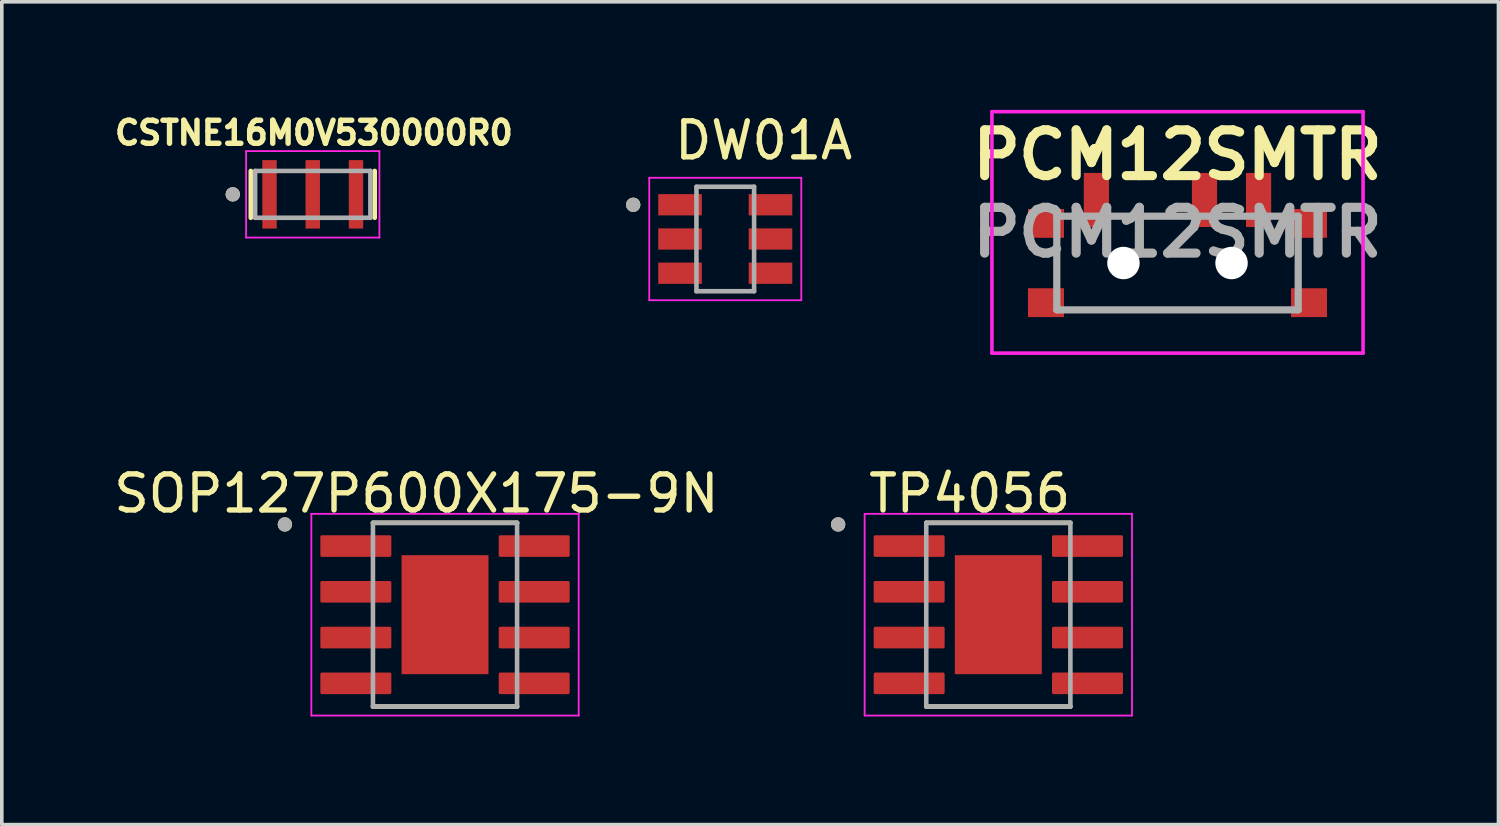
<source format=kicad_pcb>
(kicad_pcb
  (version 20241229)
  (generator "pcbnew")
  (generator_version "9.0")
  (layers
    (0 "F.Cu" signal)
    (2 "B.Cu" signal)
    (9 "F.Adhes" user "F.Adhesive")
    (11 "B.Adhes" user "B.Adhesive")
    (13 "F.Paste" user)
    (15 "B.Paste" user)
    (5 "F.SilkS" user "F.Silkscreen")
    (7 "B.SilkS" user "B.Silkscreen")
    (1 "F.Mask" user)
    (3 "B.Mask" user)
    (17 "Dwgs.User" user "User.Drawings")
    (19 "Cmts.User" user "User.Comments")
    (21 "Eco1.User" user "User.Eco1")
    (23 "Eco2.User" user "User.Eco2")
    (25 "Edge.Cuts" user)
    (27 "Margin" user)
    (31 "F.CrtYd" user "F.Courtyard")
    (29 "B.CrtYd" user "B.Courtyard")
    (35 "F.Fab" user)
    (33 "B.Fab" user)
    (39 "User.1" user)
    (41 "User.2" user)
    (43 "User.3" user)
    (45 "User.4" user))
  (footprint "DW01A"
    (layer "F.Cu")
    (at 17.079 3.583)
    (property "Reference" "DW01A" (at 1.065 -2.735 0) (layer "F.SilkS") (effects (font (size 1 1) (thickness 0.15))))
    (attr smd)
    (fp_circle (center -2.555 -0.95) (end -2.455 -0.95) (stroke (width 0.2) (type solid)) (fill no) (layer "F.SilkS"))
    (fp_line (start -2.11 -1.7) (end -2.11 1.7) (stroke (width 0.05) (type solid)) (layer "F.CrtYd"))
    (fp_line (start -2.11 1.7) (end 2.11 1.7) (stroke (width 0.05) (type solid)) (layer "F.CrtYd"))
    (fp_line (start 2.11 -1.7) (end -2.11 -1.7) (stroke (width 0.05) (type solid)) (layer "F.CrtYd"))
    (fp_line (start 2.11 1.7) (end 2.11 -1.7) (stroke (width 0.05) (type solid)) (layer "F.CrtYd"))
    (fp_line (start -0.8 -1.45) (end 0.8 -1.45) (stroke (width 0.127) (type solid)) (layer "F.Fab"))
    (fp_line (start -0.8 1.45) (end -0.8 -1.45) (stroke (width 0.127) (type solid)) (layer "F.Fab"))
    (fp_line (start 0.8 -1.45) (end 0.8 1.45) (stroke (width 0.127) (type solid)) (layer "F.Fab"))
    (fp_line (start 0.8 1.45) (end -0.8 1.45) (stroke (width 0.127) (type solid)) (layer "F.Fab"))
    (fp_circle (center -2.555 -0.95) (end -2.455 -0.95) (stroke (width 0.2) (type solid)) (fill no) (layer "F.Fab"))
    (pad "1" smd rect (at -1.255 -0.95) (size 1.21 0.59) (layers "F.Cu" "F.Mask" "F.Paste"))
    (pad "2" smd rect (at -1.255 0) (size 1.21 0.59) (layers "F.Cu" "F.Mask" "F.Paste"))
    (pad "3" smd rect (at -1.255 0.95) (size 1.21 0.59) (layers "F.Cu" "F.Mask" "F.Paste"))
    (pad "4" smd rect (at 1.255 0.95) (size 1.21 0.59) (layers "F.Cu" "F.Mask" "F.Paste"))
    (pad "5" smd rect (at 1.255 0) (size 1.21 0.59) (layers "F.Cu" "F.Mask" "F.Paste"))
    (pad "6" smd rect (at 1.255 -0.95) (size 1.21 0.59) (layers "F.Cu" "F.Mask" "F.Paste")))
  (footprint "TP4056"
    (layer "F.Cu")
    (at 24.657 14.01)
    (property "Reference" "TP4056" (at -0.795 -3.362 0) (layer "F.SilkS") (effects (font (size 1 1) (thickness 0.15))))
    (attr smd)
    (fp_line (start -2 -2.55) (end 2 -2.55) (stroke (width 0.127) (type solid)) (layer "F.SilkS"))
    (fp_line (start -2 2.55) (end 2 2.55) (stroke (width 0.127) (type solid)) (layer "F.SilkS"))
    (fp_circle (center -4.445 -2.505) (end -4.345 -2.505) (stroke (width 0.2) (type solid)) (fill no) (layer "F.SilkS"))
    (fp_poly (pts (xy -0.645 -0.82) (xy 0.645 -0.82) (xy 0.645 0.82) (xy -0.645 0.82)) (stroke (width 0.01) (type solid)) (fill yes) (layer "F.Paste"))
    (fp_line (start -3.71 -2.8) (end -3.71 2.8) (stroke (width 0.05) (type solid)) (layer "F.CrtYd"))
    (fp_line (start -3.71 -2.8) (end 3.71 -2.8) (stroke (width 0.05) (type solid)) (layer "F.CrtYd"))
    (fp_line (start -3.71 2.8) (end 3.71 2.8) (stroke (width 0.05) (type solid)) (layer "F.CrtYd"))
    (fp_line (start 3.71 -2.8) (end 3.71 2.8) (stroke (width 0.05) (type solid)) (layer "F.CrtYd"))
    (fp_line (start -2 -2.55) (end -2 2.55) (stroke (width 0.127) (type solid)) (layer "F.Fab"))
    (fp_line (start -2 -2.55) (end 2 -2.55) (stroke (width 0.127) (type solid)) (layer "F.Fab"))
    (fp_line (start -2 2.55) (end 2 2.55) (stroke (width 0.127) (type solid)) (layer "F.Fab"))
    (fp_line (start 2 -2.55) (end 2 2.55) (stroke (width 0.127) (type solid)) (layer "F.Fab"))
    (fp_circle (center -4.445 -2.505) (end -4.345 -2.505) (stroke (width 0.2) (type solid)) (fill no) (layer "F.Fab"))
    (pad "1" smd roundrect (at -2.475 -1.905) (size 1.97 0.6) (layers "F.Cu" "F.Mask" "F.Paste") (roundrect_rratio 0.07))
    (pad "2" smd roundrect (at -2.475 -0.635) (size 1.97 0.6) (layers "F.Cu" "F.Mask" "F.Paste") (roundrect_rratio 0.07))
    (pad "3" smd roundrect (at -2.475 0.635) (size 1.97 0.6) (layers "F.Cu" "F.Mask" "F.Paste") (roundrect_rratio 0.07))
    (pad "4" smd roundrect (at -2.475 1.905) (size 1.97 0.6) (layers "F.Cu" "F.Mask" "F.Paste") (roundrect_rratio 0.07))
    (pad "5" smd roundrect (at 2.475 1.905) (size 1.97 0.6) (layers "F.Cu" "F.Mask" "F.Paste") (roundrect_rratio 0.07))
    (pad "6" smd roundrect (at 2.475 0.635) (size 1.97 0.6) (layers "F.Cu" "F.Mask" "F.Paste") (roundrect_rratio 0.07))
    (pad "7" smd roundrect (at 2.475 -0.635) (size 1.97 0.6) (layers "F.Cu" "F.Mask" "F.Paste") (roundrect_rratio 0.07))
    (pad "8" smd roundrect (at 2.475 -1.905) (size 1.97 0.6) (layers "F.Cu" "F.Mask" "F.Paste") (roundrect_rratio 0.07))
    (pad "9" smd rect (at 0 0) (size 2.413 3.302) (layers "F.Cu" "F.Mask")))
  (footprint "PCM12SMTR"
    (layer "F.Cu")
    (at 29.63 4.25)
    (property "Reference" "PCM12SMTR" (at 0 -3 0) (layer "F.SilkS") (effects (font (size 1.27 1.27) (thickness 0.254))))
    (attr through_hole)
    (fp_line (start -2.9 1.3) (end 2.9 1.3) (stroke (width 0.1) (type solid)) (layer "F.SilkS"))
    (fp_line (start -2.3 -3.2) (end -2.3 -3.2) (stroke (width 0.2) (type solid)) (layer "F.SilkS"))
    (fp_line (start -2.3 -3.2) (end -2.3 -3.2) (stroke (width 0.2) (type solid)) (layer "F.SilkS"))
    (fp_line (start -2.3 -3.1) (end -2.3 -3.1) (stroke (width 0.2) (type solid)) (layer "F.SilkS"))
    (fp_arc (start -2.3 -3.2) (mid -2.25 -3.15) (end -2.3 -3.1) (stroke (width 0.2) (type solid)) (layer "F.SilkS"))
    (fp_arc (start -2.3 -3.1) (mid -2.35 -3.15) (end -2.3 -3.2) (stroke (width 0.2) (type solid)) (layer "F.SilkS"))
    (fp_arc (start -2.3 -3.1) (mid -2.35 -3.15) (end -2.3 -3.2) (stroke (width 0.2) (type solid)) (layer "F.SilkS"))
    (fp_line (start -5.15 -4.2) (end 5.15 -4.2) (stroke (width 0.1) (type solid)) (layer "F.CrtYd"))
    (fp_line (start -5.15 2.5) (end -5.15 -4.2) (stroke (width 0.1) (type solid)) (layer "F.CrtYd"))
    (fp_line (start 5.15 -4.2) (end 5.15 2.5) (stroke (width 0.1) (type solid)) (layer "F.CrtYd"))
    (fp_line (start 5.15 2.5) (end -5.15 2.5) (stroke (width 0.1) (type solid)) (layer "F.CrtYd"))
    (fp_line (start -3.35 -1.3) (end -3.35 1.3) (stroke (width 0.2) (type solid)) (layer "F.Fab"))
    (fp_line (start -3.35 1.3) (end 3.35 1.3) (stroke (width 0.2) (type solid)) (layer "F.Fab"))
    (fp_line (start 3.35 -1.3) (end -3.35 -1.3) (stroke (width 0.2) (type solid)) (layer "F.Fab"))
    (fp_line (start 3.35 1.3) (end 3.35 -1.3) (stroke (width 0.2) (type solid)) (layer "F.Fab"))
    (fp_text user "${REFERENCE}" (at 0 -0.85 0) (layer "F.Fab") (effects (font (size 1.27 1.27) (thickness 0.254))))
    (pad "" np_thru_hole circle (at -1.5 0) (size 0.9 0.9) (drill 0.9) (layers "*.Cu" "*.Mask"))
    (pad "" np_thru_hole circle (at 1.5 0) (size 0.9 0.9) (drill 0.9) (layers "*.Cu" "*.Mask"))
    (pad "1" smd rect (at -2.25 -1.75) (size 0.7 1.5) (layers "F.Cu" "F.Mask" "F.Paste"))
    (pad "2" smd rect (at 0.75 -1.75) (size 0.7 1.5) (layers "F.Cu" "F.Mask" "F.Paste"))
    (pad "3" smd rect (at 2.25 -1.75) (size 0.7 1.5) (layers "F.Cu" "F.Mask" "F.Paste"))
    (pad "MP1" smd rect (at -3.65 -1.1 90) (size 0.8 1) (layers "F.Cu" "F.Mask" "F.Paste"))
    (pad "MP2" smd rect (at -3.65 1.1 90) (size 0.8 1) (layers "F.Cu" "F.Mask" "F.Paste"))
    (pad "MP3" smd rect (at 3.65 1.1 90) (size 0.8 1) (layers "F.Cu" "F.Mask" "F.Paste"))
    (pad "MP4" smd rect (at 3.65 -1.1 90) (size 0.8 1) (layers "F.Cu" "F.Mask" "F.Paste")))
  (footprint "SOP127P600X175-9N"
    (layer "F.Cu")
    (at 9.301 14.01)
    (property "Reference" "SOP127P600X175-9N" (at -0.795 -3.362 0) (layer "F.SilkS") (effects (font (size 1 1) (thickness 0.15))))
    (attr smd)
    (fp_line (start -2 -2.55) (end 2 -2.55) (stroke (width 0.127) (type solid)) (layer "F.SilkS"))
    (fp_line (start -2 2.55) (end 2 2.55) (stroke (width 0.127) (type solid)) (layer "F.SilkS"))
    (fp_circle (center -4.445 -2.505) (end -4.345 -2.505) (stroke (width 0.2) (type solid)) (fill no) (layer "F.SilkS"))
    (fp_poly (pts (xy -0.645 -0.82) (xy 0.645 -0.82) (xy 0.645 0.82) (xy -0.645 0.82)) (stroke (width 0.01) (type solid)) (fill yes) (layer "F.Paste"))
    (fp_line (start -3.71 -2.8) (end -3.71 2.8) (stroke (width 0.05) (type solid)) (layer "F.CrtYd"))
    (fp_line (start -3.71 -2.8) (end 3.71 -2.8) (stroke (width 0.05) (type solid)) (layer "F.CrtYd"))
    (fp_line (start -3.71 2.8) (end 3.71 2.8) (stroke (width 0.05) (type solid)) (layer "F.CrtYd"))
    (fp_line (start 3.71 -2.8) (end 3.71 2.8) (stroke (width 0.05) (type solid)) (layer "F.CrtYd"))
    (fp_line (start -2 -2.55) (end -2 2.55) (stroke (width 0.127) (type solid)) (layer "F.Fab"))
    (fp_line (start -2 -2.55) (end 2 -2.55) (stroke (width 0.127) (type solid)) (layer "F.Fab"))
    (fp_line (start -2 2.55) (end 2 2.55) (stroke (width 0.127) (type solid)) (layer "F.Fab"))
    (fp_line (start 2 -2.55) (end 2 2.55) (stroke (width 0.127) (type solid)) (layer "F.Fab"))
    (fp_circle (center -4.445 -2.505) (end -4.345 -2.505) (stroke (width 0.2) (type solid)) (fill no) (layer "F.Fab"))
    (pad "1" smd roundrect (at -2.475 -1.905) (size 1.97 0.6) (layers "F.Cu" "F.Mask" "F.Paste") (roundrect_rratio 0.07))
    (pad "2" smd roundrect (at -2.475 -0.635) (size 1.97 0.6) (layers "F.Cu" "F.Mask" "F.Paste") (roundrect_rratio 0.07))
    (pad "3" smd roundrect (at -2.475 0.635) (size 1.97 0.6) (layers "F.Cu" "F.Mask" "F.Paste") (roundrect_rratio 0.07))
    (pad "4" smd roundrect (at -2.475 1.905) (size 1.97 0.6) (layers "F.Cu" "F.Mask" "F.Paste") (roundrect_rratio 0.07))
    (pad "5" smd roundrect (at 2.475 1.905) (size 1.97 0.6) (layers "F.Cu" "F.Mask" "F.Paste") (roundrect_rratio 0.07))
    (pad "6" smd roundrect (at 2.475 0.635) (size 1.97 0.6) (layers "F.Cu" "F.Mask" "F.Paste") (roundrect_rratio 0.07))
    (pad "7" smd roundrect (at 2.475 -0.635) (size 1.97 0.6) (layers "F.Cu" "F.Mask" "F.Paste") (roundrect_rratio 0.07))
    (pad "8" smd roundrect (at 2.475 -1.905) (size 1.97 0.6) (layers "F.Cu" "F.Mask" "F.Paste") (roundrect_rratio 0.07))
    (pad "9" smd rect (at 0 0) (size 2.413 3.302) (layers "F.Cu" "F.Mask")))
  (footprint "CSTNE16M0V530000R0"
    (layer "F.Cu")
    (at 5.63 2.344)
    (property "Reference" "CSTNE16M0V530000R0" (at 0.032 -1.706 0) (layer "F.SilkS") (effects (font (size 0.64 0.64) (thickness 0.15))))
    (attr smd)
    (fp_line (start -1.72 -0.65) (end -1.72 0.65) (stroke (width 0.127) (type solid)) (layer "F.SilkS"))
    (fp_line (start 1.72 -0.65) (end 1.72 0.65) (stroke (width 0.127) (type solid)) (layer "F.SilkS"))
    (fp_circle (center -2.22 0) (end -2.12 0) (stroke (width 0.2) (type solid)) (fill no) (layer "F.SilkS"))
    (fp_line (start -1.85 -1.2) (end 1.85 -1.2) (stroke (width 0.05) (type solid)) (layer "F.CrtYd"))
    (fp_line (start -1.85 1.2) (end -1.85 -1.2) (stroke (width 0.05) (type solid)) (layer "F.CrtYd"))
    (fp_line (start 1.85 -1.2) (end 1.85 1.2) (stroke (width 0.05) (type solid)) (layer "F.CrtYd"))
    (fp_line (start 1.85 1.2) (end -1.85 1.2) (stroke (width 0.05) (type solid)) (layer "F.CrtYd"))
    (fp_line (start -1.6 -0.65) (end -1.6 0.65) (stroke (width 0.127) (type solid)) (layer "F.Fab"))
    (fp_line (start -1.6 -0.65) (end 1.6 -0.65) (stroke (width 0.127) (type solid)) (layer "F.Fab"))
    (fp_line (start 1.6 -0.65) (end 1.6 0.65) (stroke (width 0.127) (type solid)) (layer "F.Fab"))
    (fp_line (start 1.6 0.65) (end -1.6 0.65) (stroke (width 0.127) (type solid)) (layer "F.Fab"))
    (fp_circle (center -2.22 0) (end -2.12 0) (stroke (width 0.2) (type solid)) (fill no) (layer "F.Fab"))
    (pad "1" smd rect (at -1.2 0) (size 0.4 1.9) (layers "F.Cu" "F.Mask" "F.Paste"))
    (pad "2" smd rect (at 0 0) (size 0.4 1.9) (layers "F.Cu" "F.Mask" "F.Paste"))
    (pad "3" smd rect (at 1.2 0) (size 0.4 1.9) (layers "F.Cu" "F.Mask" "F.Paste")))
  (gr_rect
    (start -3 -3)
    (end 38.538 19.835)
    (stroke (width 0.1) (type default))
    (fill no)
    (layer "Edge.Cuts")))
</source>
